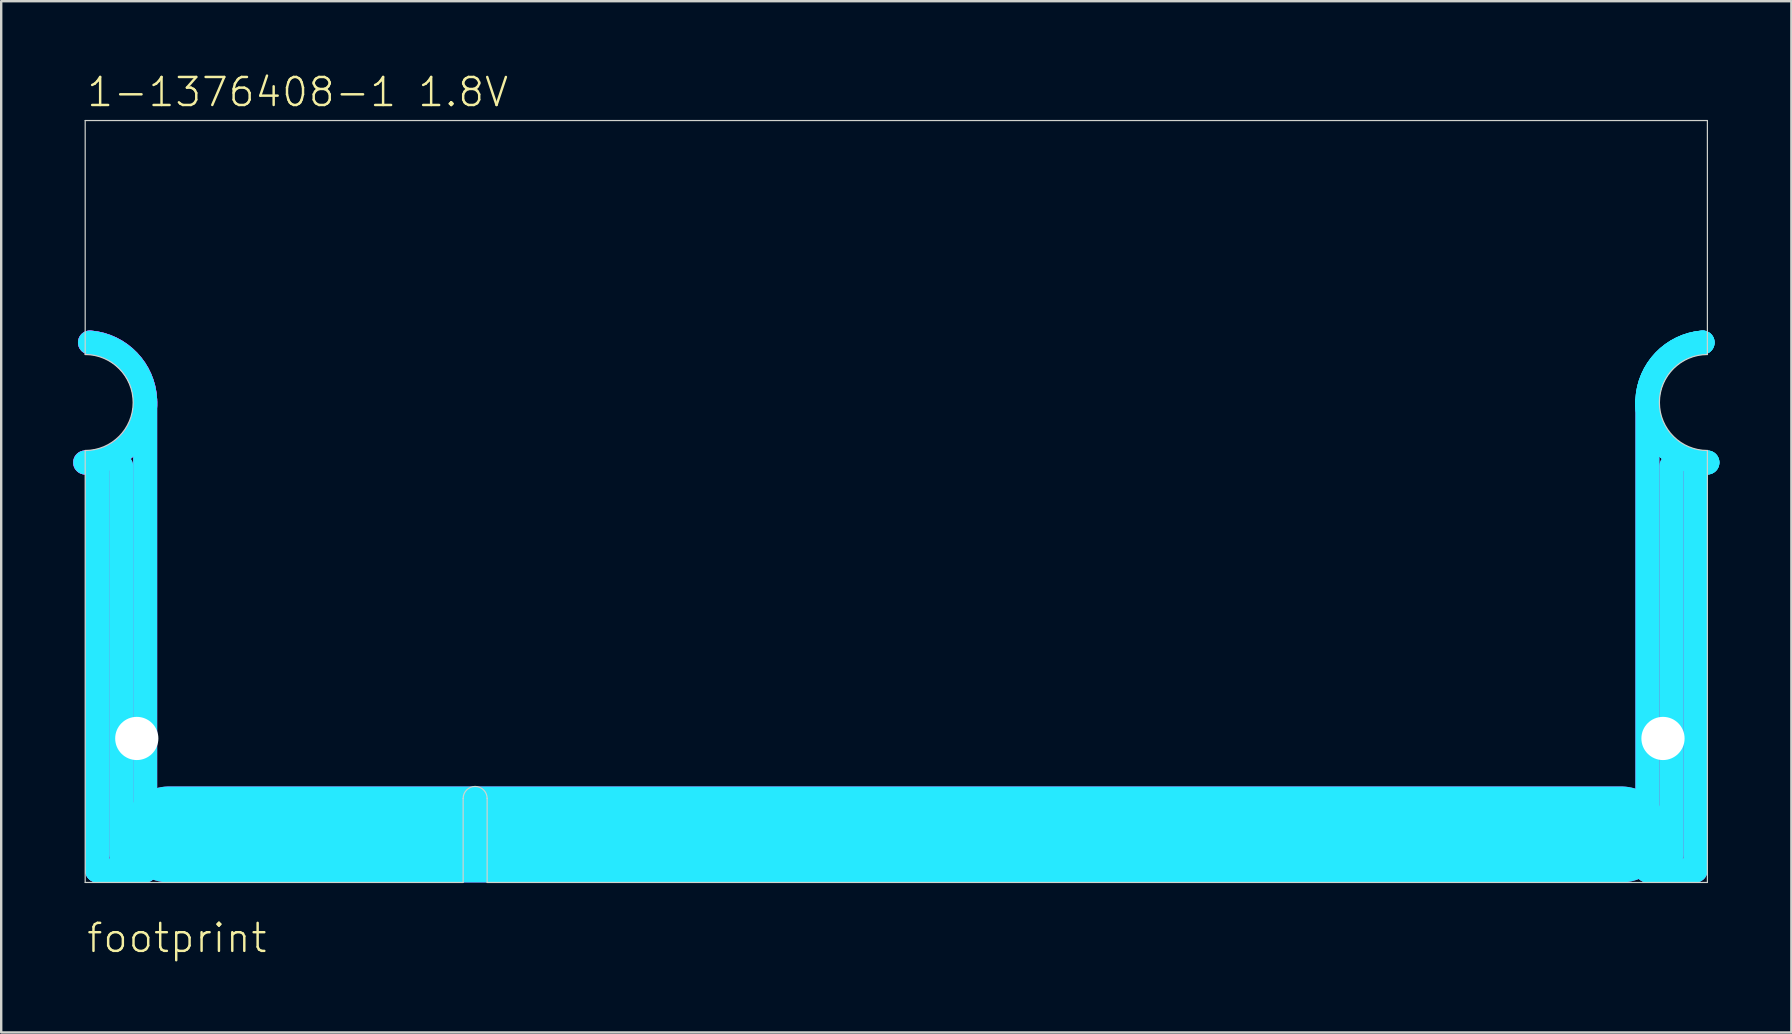
<source format=kicad_pcb>
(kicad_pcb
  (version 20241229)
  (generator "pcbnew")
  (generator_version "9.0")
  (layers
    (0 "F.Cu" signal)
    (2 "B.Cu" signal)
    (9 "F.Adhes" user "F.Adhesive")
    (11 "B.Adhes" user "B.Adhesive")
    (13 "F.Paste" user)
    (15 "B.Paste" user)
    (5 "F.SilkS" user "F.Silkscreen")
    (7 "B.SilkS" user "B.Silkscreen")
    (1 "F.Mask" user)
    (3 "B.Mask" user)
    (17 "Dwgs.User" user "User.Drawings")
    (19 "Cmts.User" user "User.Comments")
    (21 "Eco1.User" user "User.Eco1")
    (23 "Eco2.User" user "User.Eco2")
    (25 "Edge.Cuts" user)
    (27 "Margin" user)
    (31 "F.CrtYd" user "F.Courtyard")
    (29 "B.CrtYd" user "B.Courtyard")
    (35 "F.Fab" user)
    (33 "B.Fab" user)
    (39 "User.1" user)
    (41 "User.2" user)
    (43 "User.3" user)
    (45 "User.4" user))
  (footprint "footprint"
    (layer "F.Cu")
    (at 0.5 33.723)
    (property "Reference" "footprint" (at 0 3 0) (layer "F.SilkS") (effects (font (size 1.168 1.168) (thickness 0.102)) (justify left bottom)))
    (fp_line (start 1.5 1.25) (end 66.75 1.25) (stroke (width 0.4) (type solid)) (layer "F.Mask"))
    (fp_line (start 2.15 -2.35) (end 2.15 1.15) (stroke (width 0.45) (type solid)) (layer "F.Mask"))
    (fp_line (start 2.75 -2.35) (end 2.75 1.15) (stroke (width 0.45) (type solid)) (layer "F.Mask"))
    (fp_line (start 3.35 -2.35) (end 3.35 1.15) (stroke (width 0.45) (type solid)) (layer "F.Mask"))
    (fp_line (start 3.95 -2.35) (end 3.95 1.15) (stroke (width 0.45) (type solid)) (layer "F.Mask"))
    (fp_line (start 4.55 -2.35) (end 4.55 1.15) (stroke (width 0.45) (type solid)) (layer "F.Mask"))
    (fp_line (start 5.15 -2.35) (end 5.15 1.15) (stroke (width 0.45) (type solid)) (layer "F.Mask"))
    (fp_line (start 5.75 -2.35) (end 5.75 1.15) (stroke (width 0.45) (type solid)) (layer "F.Mask"))
    (fp_line (start 6.35 -2.35) (end 6.35 1.15) (stroke (width 0.45) (type solid)) (layer "F.Mask"))
    (fp_line (start 6.95 -2.35) (end 6.95 1.15) (stroke (width 0.45) (type solid)) (layer "F.Mask"))
    (fp_line (start 7.55 -2.35) (end 7.55 1.15) (stroke (width 0.45) (type solid)) (layer "F.Mask"))
    (fp_line (start 8.15 -2.35) (end 8.15 1.15) (stroke (width 0.45) (type solid)) (layer "F.Mask"))
    (fp_line (start 8.75 -2.35) (end 8.75 1.15) (stroke (width 0.45) (type solid)) (layer "F.Mask"))
    (fp_line (start 9.35 -2.35) (end 9.35 1.15) (stroke (width 0.45) (type solid)) (layer "F.Mask"))
    (fp_line (start 9.95 -2.35) (end 9.95 1.15) (stroke (width 0.45) (type solid)) (layer "F.Mask"))
    (fp_line (start 10.55 -2.35) (end 10.55 1.15) (stroke (width 0.45) (type solid)) (layer "F.Mask"))
    (fp_line (start 11.15 -2.35) (end 11.15 1.15) (stroke (width 0.45) (type solid)) (layer "F.Mask"))
    (fp_line (start 11.75 -2.35) (end 11.75 1.15) (stroke (width 0.45) (type solid)) (layer "F.Mask"))
    (fp_line (start 12.35 -2.35) (end 12.35 1.15) (stroke (width 0.45) (type solid)) (layer "F.Mask"))
    (fp_line (start 12.95 -2.35) (end 12.95 1.15) (stroke (width 0.45) (type solid)) (layer "F.Mask"))
    (fp_line (start 13.55 -2.35) (end 13.55 1.15) (stroke (width 0.45) (type solid)) (layer "F.Mask"))
    (fp_line (start 17.75 -2.35) (end 17.75 1.15) (stroke (width 0.45) (type solid)) (layer "F.Mask"))
    (fp_line (start 18.35 -2.35) (end 18.35 1.15) (stroke (width 0.45) (type solid)) (layer "F.Mask"))
    (fp_line (start 18.95 -2.35) (end 18.95 1.15) (stroke (width 0.45) (type solid)) (layer "F.Mask"))
    (fp_line (start 19.55 -2.35) (end 19.55 1.15) (stroke (width 0.45) (type solid)) (layer "F.Mask"))
    (fp_line (start 20.15 -2.35) (end 20.15 1.15) (stroke (width 0.45) (type solid)) (layer "F.Mask"))
    (fp_line (start 20.75 -2.35) (end 20.75 1.15) (stroke (width 0.45) (type solid)) (layer "F.Mask"))
    (fp_line (start 21.35 -2.35) (end 21.35 1.15) (stroke (width 0.45) (type solid)) (layer "F.Mask"))
    (fp_line (start 21.95 -2.35) (end 21.95 1.15) (stroke (width 0.45) (type solid)) (layer "F.Mask"))
    (fp_line (start 22.55 -2.35) (end 22.55 1.15) (stroke (width 0.45) (type solid)) (layer "F.Mask"))
    (fp_line (start 23.15 -2.35) (end 23.15 1.15) (stroke (width 0.45) (type solid)) (layer "F.Mask"))
    (fp_line (start 23.75 -2.35) (end 23.75 1.15) (stroke (width 0.45) (type solid)) (layer "F.Mask"))
    (fp_line (start 24.35 -2.35) (end 24.35 1.15) (stroke (width 0.45) (type solid)) (layer "F.Mask"))
    (fp_line (start 24.95 -2.35) (end 24.95 1.15) (stroke (width 0.45) (type solid)) (layer "F.Mask"))
    (fp_line (start 25.55 -2.35) (end 25.55 1.15) (stroke (width 0.45) (type solid)) (layer "F.Mask"))
    (fp_line (start 26.15 -2.35) (end 26.15 1.15) (stroke (width 0.45) (type solid)) (layer "F.Mask"))
    (fp_line (start 26.75 -2.35) (end 26.75 1.15) (stroke (width 0.45) (type solid)) (layer "F.Mask"))
    (fp_line (start 27.35 -2.35) (end 27.35 1.15) (stroke (width 0.45) (type solid)) (layer "F.Mask"))
    (fp_line (start 27.95 -2.35) (end 27.95 1.15) (stroke (width 0.45) (type solid)) (layer "F.Mask"))
    (fp_line (start 28.55 -2.35) (end 28.55 1.15) (stroke (width 0.45) (type solid)) (layer "F.Mask"))
    (fp_line (start 29.15 -2.35) (end 29.15 1.15) (stroke (width 0.45) (type solid)) (layer "F.Mask"))
    (fp_line (start 29.75 -2.35) (end 29.75 1.15) (stroke (width 0.45) (type solid)) (layer "F.Mask"))
    (fp_line (start 30.35 -2.35) (end 30.35 1.15) (stroke (width 0.45) (type solid)) (layer "F.Mask"))
    (fp_line (start 30.95 -2.35) (end 30.95 1.15) (stroke (width 0.45) (type solid)) (layer "F.Mask"))
    (fp_line (start 31.55 -2.35) (end 31.55 1.15) (stroke (width 0.45) (type solid)) (layer "F.Mask"))
    (fp_line (start 32.15 -2.35) (end 32.15 1.15) (stroke (width 0.45) (type solid)) (layer "F.Mask"))
    (fp_line (start 32.75 -2.35) (end 32.75 1.15) (stroke (width 0.45) (type solid)) (layer "F.Mask"))
    (fp_line (start 33.35 -2.35) (end 33.35 1.15) (stroke (width 0.45) (type solid)) (layer "F.Mask"))
    (fp_line (start 33.95 -2.35) (end 33.95 1.15) (stroke (width 0.45) (type solid)) (layer "F.Mask"))
    (fp_line (start 34.55 -2.35) (end 34.55 1.15) (stroke (width 0.45) (type solid)) (layer "F.Mask"))
    (fp_line (start 35.15 -2.35) (end 35.15 1.15) (stroke (width 0.45) (type solid)) (layer "F.Mask"))
    (fp_line (start 35.75 -2.35) (end 35.75 1.15) (stroke (width 0.45) (type solid)) (layer "F.Mask"))
    (fp_line (start 36.35 -2.35) (end 36.35 1.15) (stroke (width 0.45) (type solid)) (layer "F.Mask"))
    (fp_line (start 36.95 -2.35) (end 36.95 1.15) (stroke (width 0.45) (type solid)) (layer "F.Mask"))
    (fp_line (start 37.55 -2.35) (end 37.55 1.15) (stroke (width 0.45) (type solid)) (layer "F.Mask"))
    (fp_line (start 38.15 -2.35) (end 38.15 1.15) (stroke (width 0.45) (type solid)) (layer "F.Mask"))
    (fp_line (start 38.75 -2.35) (end 38.75 1.15) (stroke (width 0.45) (type solid)) (layer "F.Mask"))
    (fp_line (start 39.35 -2.35) (end 39.35 1.15) (stroke (width 0.45) (type solid)) (layer "F.Mask"))
    (fp_line (start 39.95 -2.35) (end 39.95 1.15) (stroke (width 0.45) (type solid)) (layer "F.Mask"))
    (fp_line (start 40.55 -2.35) (end 40.55 1.15) (stroke (width 0.45) (type solid)) (layer "F.Mask"))
    (fp_line (start 41.15 -2.35) (end 41.15 1.15) (stroke (width 0.45) (type solid)) (layer "F.Mask"))
    (fp_line (start 41.75 -2.35) (end 41.75 1.15) (stroke (width 0.45) (type solid)) (layer "F.Mask"))
    (fp_line (start 42.35 -2.35) (end 42.35 1.15) (stroke (width 0.45) (type solid)) (layer "F.Mask"))
    (fp_line (start 42.95 -2.35) (end 42.95 1.15) (stroke (width 0.45) (type solid)) (layer "F.Mask"))
    (fp_line (start 43.55 -2.35) (end 43.55 1.15) (stroke (width 0.45) (type solid)) (layer "F.Mask"))
    (fp_line (start 44.15 -2.35) (end 44.15 1.15) (stroke (width 0.45) (type solid)) (layer "F.Mask"))
    (fp_line (start 44.75 -2.35) (end 44.75 1.15) (stroke (width 0.45) (type solid)) (layer "F.Mask"))
    (fp_line (start 45.35 -2.35) (end 45.35 1.15) (stroke (width 0.45) (type solid)) (layer "F.Mask"))
    (fp_line (start 45.95 -2.35) (end 45.95 1.15) (stroke (width 0.45) (type solid)) (layer "F.Mask"))
    (fp_line (start 46.55 -2.35) (end 46.55 1.15) (stroke (width 0.45) (type solid)) (layer "F.Mask"))
    (fp_line (start 47.15 -2.35) (end 47.15 1.15) (stroke (width 0.45) (type solid)) (layer "F.Mask"))
    (fp_line (start 47.75 -2.35) (end 47.75 1.15) (stroke (width 0.45) (type solid)) (layer "F.Mask"))
    (fp_line (start 48.35 -2.35) (end 48.35 1.15) (stroke (width 0.45) (type solid)) (layer "F.Mask"))
    (fp_line (start 48.95 -2.35) (end 48.95 1.15) (stroke (width 0.45) (type solid)) (layer "F.Mask"))
    (fp_line (start 49.55 -2.35) (end 49.55 1.15) (stroke (width 0.45) (type solid)) (layer "F.Mask"))
    (fp_line (start 50.15 -2.35) (end 50.15 1.15) (stroke (width 0.45) (type solid)) (layer "F.Mask"))
    (fp_line (start 50.75 -2.35) (end 50.75 1.15) (stroke (width 0.45) (type solid)) (layer "F.Mask"))
    (fp_line (start 51.35 -2.35) (end 51.35 1.15) (stroke (width 0.45) (type solid)) (layer "F.Mask"))
    (fp_line (start 51.95 -2.35) (end 51.95 1.15) (stroke (width 0.45) (type solid)) (layer "F.Mask"))
    (fp_line (start 52.55 -2.35) (end 52.55 1.15) (stroke (width 0.45) (type solid)) (layer "F.Mask"))
    (fp_line (start 53.15 -2.35) (end 53.15 1.15) (stroke (width 0.45) (type solid)) (layer "F.Mask"))
    (fp_line (start 53.75 -2.35) (end 53.75 1.15) (stroke (width 0.45) (type solid)) (layer "F.Mask"))
    (fp_line (start 54.35 -2.35) (end 54.35 1.15) (stroke (width 0.45) (type solid)) (layer "F.Mask"))
    (fp_line (start 54.95 -2.35) (end 54.95 1.15) (stroke (width 0.45) (type solid)) (layer "F.Mask"))
    (fp_line (start 55.55 -2.35) (end 55.55 1.15) (stroke (width 0.45) (type solid)) (layer "F.Mask"))
    (fp_line (start 56.15 -2.35) (end 56.15 1.15) (stroke (width 0.45) (type solid)) (layer "F.Mask"))
    (fp_line (start 56.75 -2.35) (end 56.75 1.15) (stroke (width 0.45) (type solid)) (layer "F.Mask"))
    (fp_line (start 57.35 -2.35) (end 57.35 1.15) (stroke (width 0.45) (type solid)) (layer "F.Mask"))
    (fp_line (start 57.95 -2.35) (end 57.95 1.15) (stroke (width 0.45) (type solid)) (layer "F.Mask"))
    (fp_line (start 58.55 -2.35) (end 58.55 1.15) (stroke (width 0.45) (type solid)) (layer "F.Mask"))
    (fp_line (start 59.15 -2.35) (end 59.15 1.15) (stroke (width 0.45) (type solid)) (layer "F.Mask"))
    (fp_line (start 59.75 -2.35) (end 59.75 1.15) (stroke (width 0.45) (type solid)) (layer "F.Mask"))
    (fp_line (start 60.35 -2.35) (end 60.35 1.15) (stroke (width 0.45) (type solid)) (layer "F.Mask"))
    (fp_line (start 60.95 -2.35) (end 60.95 1.15) (stroke (width 0.45) (type solid)) (layer "F.Mask"))
    (fp_line (start 61.55 -2.35) (end 61.55 1.15) (stroke (width 0.45) (type solid)) (layer "F.Mask"))
    (fp_line (start 62.15 -2.35) (end 62.15 1.15) (stroke (width 0.45) (type solid)) (layer "F.Mask"))
    (fp_line (start 62.75 -2.35) (end 62.75 1.15) (stroke (width 0.45) (type solid)) (layer "F.Mask"))
    (fp_line (start 63.35 -2.35) (end 63.35 1.15) (stroke (width 0.45) (type solid)) (layer "F.Mask"))
    (fp_line (start 63.95 -2.35) (end 63.95 1.15) (stroke (width 0.45) (type solid)) (layer "F.Mask"))
    (fp_line (start 64.55 -2.35) (end 64.55 1.15) (stroke (width 0.45) (type solid)) (layer "F.Mask"))
    (fp_line (start 65.15 -2.35) (end 65.15 1.15) (stroke (width 0.45) (type solid)) (layer "F.Mask"))
    (fp_line (start 2.15 1.15) (end 2.15 -2.35) (stroke (width 0.45) (type solid)) (layer "B.Mask"))
    (fp_line (start 2.75 1.15) (end 2.75 -2.35) (stroke (width 0.45) (type solid)) (layer "B.Mask"))
    (fp_line (start 3.35 1.15) (end 3.35 -2.35) (stroke (width 0.45) (type solid)) (layer "B.Mask"))
    (fp_line (start 3.95 1.15) (end 3.95 -2.35) (stroke (width 0.45) (type solid)) (layer "B.Mask"))
    (fp_line (start 4.55 1.15) (end 4.55 -2.35) (stroke (width 0.45) (type solid)) (layer "B.Mask"))
    (fp_line (start 5.15 1.15) (end 5.15 -2.35) (stroke (width 0.45) (type solid)) (layer "B.Mask"))
    (fp_line (start 5.75 1.15) (end 5.75 -2.35) (stroke (width 0.45) (type solid)) (layer "B.Mask"))
    (fp_line (start 6.35 1.15) (end 6.35 -2.35) (stroke (width 0.45) (type solid)) (layer "B.Mask"))
    (fp_line (start 6.95 1.15) (end 6.95 -2.35) (stroke (width 0.45) (type solid)) (layer "B.Mask"))
    (fp_line (start 7.55 1.15) (end 7.55 -2.35) (stroke (width 0.45) (type solid)) (layer "B.Mask"))
    (fp_line (start 8.15 1.15) (end 8.15 -2.35) (stroke (width 0.45) (type solid)) (layer "B.Mask"))
    (fp_line (start 8.75 1.15) (end 8.75 -2.35) (stroke (width 0.45) (type solid)) (layer "B.Mask"))
    (fp_line (start 9.35 1.15) (end 9.35 -2.35) (stroke (width 0.45) (type solid)) (layer "B.Mask"))
    (fp_line (start 9.95 1.15) (end 9.95 -2.35) (stroke (width 0.45) (type solid)) (layer "B.Mask"))
    (fp_line (start 10.55 1.15) (end 10.55 -2.35) (stroke (width 0.45) (type solid)) (layer "B.Mask"))
    (fp_line (start 11.15 1.15) (end 11.15 -2.35) (stroke (width 0.45) (type solid)) (layer "B.Mask"))
    (fp_line (start 11.75 1.15) (end 11.75 -2.35) (stroke (width 0.45) (type solid)) (layer "B.Mask"))
    (fp_line (start 12.35 1.15) (end 12.35 -2.35) (stroke (width 0.45) (type solid)) (layer "B.Mask"))
    (fp_line (start 12.95 1.15) (end 12.95 -2.35) (stroke (width 0.45) (type solid)) (layer "B.Mask"))
    (fp_line (start 13.55 1.15) (end 13.55 -2.35) (stroke (width 0.45) (type solid)) (layer "B.Mask"))
    (fp_line (start 17.75 1.15) (end 17.75 -2.35) (stroke (width 0.45) (type solid)) (layer "B.Mask"))
    (fp_line (start 18.35 1.15) (end 18.35 -2.35) (stroke (width 0.45) (type solid)) (layer "B.Mask"))
    (fp_line (start 18.95 1.15) (end 18.95 -2.35) (stroke (width 0.45) (type solid)) (layer "B.Mask"))
    (fp_line (start 19.55 1.15) (end 19.55 -2.35) (stroke (width 0.45) (type solid)) (layer "B.Mask"))
    (fp_line (start 20.15 1.15) (end 20.15 -2.35) (stroke (width 0.45) (type solid)) (layer "B.Mask"))
    (fp_line (start 20.75 1.15) (end 20.75 -2.35) (stroke (width 0.45) (type solid)) (layer "B.Mask"))
    (fp_line (start 21.35 1.15) (end 21.35 -2.35) (stroke (width 0.45) (type solid)) (layer "B.Mask"))
    (fp_line (start 21.95 1.15) (end 21.95 -2.35) (stroke (width 0.45) (type solid)) (layer "B.Mask"))
    (fp_line (start 22.55 1.15) (end 22.55 -2.35) (stroke (width 0.45) (type solid)) (layer "B.Mask"))
    (fp_line (start 23.15 1.15) (end 23.15 -2.35) (stroke (width 0.45) (type solid)) (layer "B.Mask"))
    (fp_line (start 23.75 1.15) (end 23.75 -2.35) (stroke (width 0.45) (type solid)) (layer "B.Mask"))
    (fp_line (start 24.35 1.15) (end 24.35 -2.35) (stroke (width 0.45) (type solid)) (layer "B.Mask"))
    (fp_line (start 24.95 1.15) (end 24.95 -2.35) (stroke (width 0.45) (type solid)) (layer "B.Mask"))
    (fp_line (start 25.55 1.15) (end 25.55 -2.35) (stroke (width 0.45) (type solid)) (layer "B.Mask"))
    (fp_line (start 26.15 1.15) (end 26.15 -2.35) (stroke (width 0.45) (type solid)) (layer "B.Mask"))
    (fp_line (start 26.75 1.15) (end 26.75 -2.35) (stroke (width 0.45) (type solid)) (layer "B.Mask"))
    (fp_line (start 27.35 1.15) (end 27.35 -2.35) (stroke (width 0.45) (type solid)) (layer "B.Mask"))
    (fp_line (start 27.95 1.15) (end 27.95 -2.35) (stroke (width 0.45) (type solid)) (layer "B.Mask"))
    (fp_line (start 28.55 1.15) (end 28.55 -2.35) (stroke (width 0.45) (type solid)) (layer "B.Mask"))
    (fp_line (start 29.15 1.15) (end 29.15 -2.35) (stroke (width 0.45) (type solid)) (layer "B.Mask"))
    (fp_line (start 29.75 1.15) (end 29.75 -2.35) (stroke (width 0.45) (type solid)) (layer "B.Mask"))
    (fp_line (start 30.35 1.15) (end 30.35 -2.35) (stroke (width 0.45) (type solid)) (layer "B.Mask"))
    (fp_line (start 30.95 1.15) (end 30.95 -2.35) (stroke (width 0.45) (type solid)) (layer "B.Mask"))
    (fp_line (start 31.55 1.15) (end 31.55 -2.35) (stroke (width 0.45) (type solid)) (layer "B.Mask"))
    (fp_line (start 32.15 1.15) (end 32.15 -2.35) (stroke (width 0.45) (type solid)) (layer "B.Mask"))
    (fp_line (start 32.75 1.15) (end 32.75 -2.35) (stroke (width 0.45) (type solid)) (layer "B.Mask"))
    (fp_line (start 33.35 1.15) (end 33.35 -2.35) (stroke (width 0.45) (type solid)) (layer "B.Mask"))
    (fp_line (start 33.95 1.15) (end 33.95 -2.35) (stroke (width 0.45) (type solid)) (layer "B.Mask"))
    (fp_line (start 34.55 1.15) (end 34.55 -2.35) (stroke (width 0.45) (type solid)) (layer "B.Mask"))
    (fp_line (start 35.15 1.15) (end 35.15 -2.35) (stroke (width 0.45) (type solid)) (layer "B.Mask"))
    (fp_line (start 35.75 1.15) (end 35.75 -2.35) (stroke (width 0.45) (type solid)) (layer "B.Mask"))
    (fp_line (start 36.35 1.15) (end 36.35 -2.35) (stroke (width 0.45) (type solid)) (layer "B.Mask"))
    (fp_line (start 36.95 1.15) (end 36.95 -2.35) (stroke (width 0.45) (type solid)) (layer "B.Mask"))
    (fp_line (start 37.55 1.15) (end 37.55 -2.35) (stroke (width 0.45) (type solid)) (layer "B.Mask"))
    (fp_line (start 38.15 1.15) (end 38.15 -2.35) (stroke (width 0.45) (type solid)) (layer "B.Mask"))
    (fp_line (start 38.75 1.15) (end 38.75 -2.35) (stroke (width 0.45) (type solid)) (layer "B.Mask"))
    (fp_line (start 39.35 1.15) (end 39.35 -2.35) (stroke (width 0.45) (type solid)) (layer "B.Mask"))
    (fp_line (start 39.95 1.15) (end 39.95 -2.35) (stroke (width 0.45) (type solid)) (layer "B.Mask"))
    (fp_line (start 40.55 1.15) (end 40.55 -2.35) (stroke (width 0.45) (type solid)) (layer "B.Mask"))
    (fp_line (start 41.15 1.15) (end 41.15 -2.35) (stroke (width 0.45) (type solid)) (layer "B.Mask"))
    (fp_line (start 41.75 1.15) (end 41.75 -2.35) (stroke (width 0.45) (type solid)) (layer "B.Mask"))
    (fp_line (start 42.35 1.15) (end 42.35 -2.35) (stroke (width 0.45) (type solid)) (layer "B.Mask"))
    (fp_line (start 42.95 1.15) (end 42.95 -2.35) (stroke (width 0.45) (type solid)) (layer "B.Mask"))
    (fp_line (start 43.55 1.15) (end 43.55 -2.35) (stroke (width 0.45) (type solid)) (layer "B.Mask"))
    (fp_line (start 44.15 1.15) (end 44.15 -2.35) (stroke (width 0.45) (type solid)) (layer "B.Mask"))
    (fp_line (start 44.75 1.15) (end 44.75 -2.35) (stroke (width 0.45) (type solid)) (layer "B.Mask"))
    (fp_line (start 45.35 1.15) (end 45.35 -2.35) (stroke (width 0.45) (type solid)) (layer "B.Mask"))
    (fp_line (start 45.95 1.15) (end 45.95 -2.35) (stroke (width 0.45) (type solid)) (layer "B.Mask"))
    (fp_line (start 46.55 1.15) (end 46.55 -2.35) (stroke (width 0.45) (type solid)) (layer "B.Mask"))
    (fp_line (start 47.15 1.15) (end 47.15 -2.35) (stroke (width 0.45) (type solid)) (layer "B.Mask"))
    (fp_line (start 47.75 1.15) (end 47.75 -2.35) (stroke (width 0.45) (type solid)) (layer "B.Mask"))
    (fp_line (start 48.35 1.15) (end 48.35 -2.35) (stroke (width 0.45) (type solid)) (layer "B.Mask"))
    (fp_line (start 48.95 1.15) (end 48.95 -2.35) (stroke (width 0.45) (type solid)) (layer "B.Mask"))
    (fp_line (start 49.55 1.15) (end 49.55 -2.35) (stroke (width 0.45) (type solid)) (layer "B.Mask"))
    (fp_line (start 50.15 1.15) (end 50.15 -2.35) (stroke (width 0.45) (type solid)) (layer "B.Mask"))
    (fp_line (start 50.75 1.15) (end 50.75 -2.35) (stroke (width 0.45) (type solid)) (layer "B.Mask"))
    (fp_line (start 51.35 1.15) (end 51.35 -2.35) (stroke (width 0.45) (type solid)) (layer "B.Mask"))
    (fp_line (start 51.95 1.15) (end 51.95 -2.35) (stroke (width 0.45) (type solid)) (layer "B.Mask"))
    (fp_line (start 52.55 1.15) (end 52.55 -2.35) (stroke (width 0.45) (type solid)) (layer "B.Mask"))
    (fp_line (start 53.15 1.15) (end 53.15 -2.35) (stroke (width 0.45) (type solid)) (layer "B.Mask"))
    (fp_line (start 53.75 1.15) (end 53.75 -2.35) (stroke (width 0.45) (type solid)) (layer "B.Mask"))
    (fp_line (start 54.35 1.15) (end 54.35 -2.35) (stroke (width 0.45) (type solid)) (layer "B.Mask"))
    (fp_line (start 54.95 1.15) (end 54.95 -2.35) (stroke (width 0.45) (type solid)) (layer "B.Mask"))
    (fp_line (start 55.55 1.15) (end 55.55 -2.35) (stroke (width 0.45) (type solid)) (layer "B.Mask"))
    (fp_line (start 56.15 1.15) (end 56.15 -2.35) (stroke (width 0.45) (type solid)) (layer "B.Mask"))
    (fp_line (start 56.75 1.15) (end 56.75 -2.35) (stroke (width 0.45) (type solid)) (layer "B.Mask"))
    (fp_line (start 57.35 1.15) (end 57.35 -2.35) (stroke (width 0.45) (type solid)) (layer "B.Mask"))
    (fp_line (start 57.95 1.15) (end 57.95 -2.35) (stroke (width 0.45) (type solid)) (layer "B.Mask"))
    (fp_line (start 58.55 1.15) (end 58.55 -2.35) (stroke (width 0.45) (type solid)) (layer "B.Mask"))
    (fp_line (start 59.15 1.15) (end 59.15 -2.35) (stroke (width 0.45) (type solid)) (layer "B.Mask"))
    (fp_line (start 59.75 1.15) (end 59.75 -2.35) (stroke (width 0.45) (type solid)) (layer "B.Mask"))
    (fp_line (start 60.35 1.15) (end 60.35 -2.35) (stroke (width 0.45) (type solid)) (layer "B.Mask"))
    (fp_line (start 60.95 1.15) (end 60.95 -2.35) (stroke (width 0.45) (type solid)) (layer "B.Mask"))
    (fp_line (start 61.55 1.15) (end 61.55 -2.35) (stroke (width 0.45) (type solid)) (layer "B.Mask"))
    (fp_line (start 62.15 1.15) (end 62.15 -2.35) (stroke (width 0.45) (type solid)) (layer "B.Mask"))
    (fp_line (start 62.75 1.15) (end 62.75 -2.35) (stroke (width 0.45) (type solid)) (layer "B.Mask"))
    (fp_line (start 63.35 1.15) (end 63.35 -2.35) (stroke (width 0.45) (type solid)) (layer "B.Mask"))
    (fp_line (start 63.95 1.15) (end 63.95 -2.35) (stroke (width 0.45) (type solid)) (layer "B.Mask"))
    (fp_line (start 64.55 1.15) (end 64.55 -2.35) (stroke (width 0.45) (type solid)) (layer "B.Mask"))
    (fp_line (start 65.15 1.15) (end 65.15 -2.35) (stroke (width 0.45) (type solid)) (layer "B.Mask"))
    (fp_line (start 66.75 1.25) (end 1.5 1.25) (stroke (width 0.4) (type solid)) (layer "B.Mask"))
    (fp_line (start 0 -31.75) (end 0 -22) (stroke (width 0.05) (type solid)) (layer "Edge.Cuts"))
    (fp_line (start 0 -31.75) (end 67.6 -31.75) (stroke (width 0.05) (type solid)) (layer "Edge.Cuts"))
    (fp_line (start 0 -18) (end 0 0) (stroke (width 0.05) (type solid)) (layer "Edge.Cuts"))
    (fp_line (start 15.75 0) (end 0 0) (stroke (width 0.05) (type solid)) (layer "Edge.Cuts"))
    (fp_line (start 15.75 0) (end 15.75 -3.5) (stroke (width 0.05) (type solid)) (layer "Edge.Cuts"))
    (fp_line (start 16.75 0) (end 16.75 -3.5) (stroke (width 0.05) (type solid)) (layer "Edge.Cuts"))
    (fp_line (start 16.75 0) (end 67.6 0) (stroke (width 0.05) (type solid)) (layer "Edge.Cuts"))
    (fp_line (start 67.6 -22) (end 67.6 -31.75) (stroke (width 0.05) (type solid)) (layer "Edge.Cuts"))
    (fp_line (start 67.6 0) (end 67.6 -18) (stroke (width 0.05) (type solid)) (layer "Edge.Cuts"))
    (fp_arc (start 0 -22) (mid 2 -20) (end 0 -18) (stroke (width 0.05) (type solid)) (layer "Edge.Cuts"))
    (fp_arc (start 15.75 -3.5) (mid 16.25 -4) (end 16.75 -3.5) (stroke (width 0.05) (type solid)) (layer "Edge.Cuts"))
    (fp_arc (start 67.6 -18) (mid 65.6 -20) (end 67.6 -22) (stroke (width 0.05) (type solid)) (layer "Edge.Cuts"))
    (fp_line (start 0.5 -0.5) (end 0.5 -17.55) (stroke (width 1) (type solid)) (layer "B.CrtYd"))
    (fp_line (start 1.5 -17.35) (end 1.5 -1.15) (stroke (width 1) (type solid)) (layer "B.CrtYd"))
    (fp_line (start 2.5 -20) (end 2.5 -0.5) (stroke (width 1) (type solid)) (layer "B.CrtYd"))
    (fp_line (start 2.5 -0.5) (end 0.5 -0.5) (stroke (width 1) (type solid)) (layer "B.CrtYd"))
    (fp_line (start 64 -2) (end 3.5 -2) (stroke (width 4) (type solid)) (layer "B.CrtYd"))
    (fp_line (start 65.1 -20) (end 65.1 -0.5) (stroke (width 1) (type solid)) (layer "B.CrtYd"))
    (fp_line (start 65.1 -0.5) (end 67.1 -0.5) (stroke (width 1) (type solid)) (layer "B.CrtYd"))
    (fp_line (start 66.1 -17.35) (end 66.1 -1.15) (stroke (width 1) (type solid)) (layer "B.CrtYd"))
    (fp_line (start 67.1 -0.5) (end 67.1 -17.55) (stroke (width 1) (type solid)) (layer "B.CrtYd"))
    (fp_arc (start 0.2 -22.5) (mid 1.802154 -21.733314) (end 2.5 -20.1) (stroke (width 1) (type solid)) (layer "B.CrtYd"))
    (fp_arc (start 2.499999 -19.999999) (mid 1.779499 -18.2205) (end 0 -17.5) (stroke (width 1) (type solid)) (layer "B.CrtYd"))
    (fp_arc (start 65.1 -20.1) (mid 65.797846 -21.733314) (end 67.4 -22.5) (stroke (width 1) (type solid)) (layer "B.CrtYd"))
    (fp_arc (start 65.1 -20.1) (mid 65.797846 -21.733314) (end 67.4 -22.5) (stroke (width 1) (type solid)) (layer "B.CrtYd"))
    (fp_arc (start 65.1 -20.1) (mid 65.797846 -21.733314) (end 67.4 -22.5) (stroke (width 1) (type solid)) (layer "B.CrtYd"))
    (fp_arc (start 67.6 -17.5) (mid 65.820501 -18.220499) (end 65.1 -19.999998) (stroke (width 1) (type solid)) (layer "B.CrtYd"))
    (fp_arc (start 67.6 -17.5) (mid 65.820501 -18.220499) (end 65.1 -19.999998) (stroke (width 1) (type solid)) (layer "B.CrtYd"))
    (fp_arc (start 67.6 -17.5) (mid 65.820501 -18.220499) (end 65.1 -19.999998) (stroke (width 1) (type solid)) (layer "B.CrtYd"))
    (fp_line (start 0.5 -0.5) (end 0.5 -17.55) (stroke (width 1) (type solid)) (layer "F.CrtYd"))
    (fp_line (start 1.5 -17.35) (end 1.5 -1.15) (stroke (width 1) (type solid)) (layer "F.CrtYd"))
    (fp_line (start 2.5 -20) (end 2.5 -0.5) (stroke (width 1) (type solid)) (layer "F.CrtYd"))
    (fp_line (start 2.5 -0.5) (end 0.5 -0.5) (stroke (width 1) (type solid)) (layer "F.CrtYd"))
    (fp_line (start 3.5 -2) (end 64 -2) (stroke (width 4) (type solid)) (layer "F.CrtYd"))
    (fp_line (start 65.1 -20) (end 65.1 -0.5) (stroke (width 1) (type solid)) (layer "F.CrtYd"))
    (fp_line (start 65.1 -0.5) (end 67.1 -0.5) (stroke (width 1) (type solid)) (layer "F.CrtYd"))
    (fp_line (start 66.1 -17.35) (end 66.1 -1.15) (stroke (width 1) (type solid)) (layer "F.CrtYd"))
    (fp_line (start 67.1 -0.5) (end 67.1 -17.55) (stroke (width 1) (type solid)) (layer "F.CrtYd"))
    (fp_arc (start 0.2 -22.5) (mid 1.802154 -21.733314) (end 2.5 -20.1) (stroke (width 1) (type solid)) (layer "F.CrtYd"))
    (fp_arc (start 0.2 -22.5) (mid 1.802154 -21.733314) (end 2.5 -20.1) (stroke (width 1) (type solid)) (layer "F.CrtYd"))
    (fp_arc (start 0.2 -22.5) (mid 1.802154 -21.733314) (end 2.5 -20.1) (stroke (width 1) (type solid)) (layer "F.CrtYd"))
    (fp_arc (start 2.499999 -19.999999) (mid 1.779499 -18.2205) (end 0 -17.5) (stroke (width 1) (type solid)) (layer "F.CrtYd"))
    (fp_arc (start 2.499999 -19.999999) (mid 1.779499 -18.2205) (end 0 -17.5) (stroke (width 1) (type solid)) (layer "F.CrtYd"))
    (fp_arc (start 2.499999 -19.999999) (mid 1.779499 -18.2205) (end 0 -17.5) (stroke (width 1) (type solid)) (layer "F.CrtYd"))
    (fp_arc (start 65.1 -20.1) (mid 65.797846 -21.733314) (end 67.4 -22.5) (stroke (width 1) (type solid)) (layer "F.CrtYd"))
    (fp_arc (start 67.6 -17.5) (mid 65.820501 -18.220499) (end 65.1 -19.999998) (stroke (width 1) (type solid)) (layer "F.CrtYd"))
    (fp_text user "1-1376408-1 1.8V" (at 0 -32.25 0) (layer "F.SilkS") (effects (font (size 1.168 1.168) (thickness 0.102)) (justify left bottom)))
    (pad "" np_thru_hole circle (at 2.15 -6) (size 1.8 1.8) (drill 1.8) (layers "*.Cu" "*.Mask"))
    (pad "" np_thru_hole circle (at 65.75 -6) (size 1.8 1.8) (drill 1.8) (layers "*.Cu" "*.Mask"))
    (pad "1" smd rect (at 2.15 -1.4) (size 0.45 2.3) (layers "F.Cu" "F.Mask" "F.Paste"))
    (pad "2" smd rect (at 2.15 -1.4 180) (size 0.45 2.3) (layers "B.Cu" "B.Mask" "B.Paste"))
    (pad "3" smd rect (at 2.75 -1.4) (size 0.45 2.3) (layers "F.Cu" "F.Mask" "F.Paste"))
    (pad "4" smd rect (at 2.75 -1.4 180) (size 0.45 2.3) (layers "B.Cu" "B.Mask" "B.Paste"))
    (pad "5" smd rect (at 3.35 -1.4) (size 0.45 2.3) (layers "F.Cu" "F.Mask" "F.Paste"))
    (pad "6" smd rect (at 3.35 -1.4 180) (size 0.45 2.3) (layers "B.Cu" "B.Mask" "B.Paste"))
    (pad "7" smd rect (at 3.95 -1.4) (size 0.45 2.3) (layers "F.Cu" "F.Mask" "F.Paste"))
    (pad "8" smd rect (at 3.95 -1.4 180) (size 0.45 2.3) (layers "B.Cu" "B.Mask" "B.Paste"))
    (pad "9" smd rect (at 4.55 -1.4) (size 0.45 2.3) (layers "F.Cu" "F.Mask" "F.Paste"))
    (pad "10" smd rect (at 4.55 -1.4 180) (size 0.45 2.3) (layers "B.Cu" "B.Mask" "B.Paste"))
    (pad "11" smd rect (at 5.15 -1.4) (size 0.45 2.3) (layers "F.Cu" "F.Mask" "F.Paste"))
    (pad "12" smd rect (at 5.15 -1.4 180) (size 0.45 2.3) (layers "B.Cu" "B.Mask" "B.Paste"))
    (pad "13" smd rect (at 5.75 -1.4) (size 0.45 2.3) (layers "F.Cu" "F.Mask" "F.Paste"))
    (pad "14" smd rect (at 5.75 -1.4 180) (size 0.45 2.3) (layers "B.Cu" "B.Mask" "B.Paste"))
    (pad "15" smd rect (at 6.35 -1.4) (size 0.45 2.3) (layers "F.Cu" "F.Mask" "F.Paste"))
    (pad "16" smd rect (at 6.35 -1.4 180) (size 0.45 2.3) (layers "B.Cu" "B.Mask" "B.Paste"))
    (pad "17" smd rect (at 6.95 -1.4) (size 0.45 2.3) (layers "F.Cu" "F.Mask" "F.Paste"))
    (pad "18" smd rect (at 6.95 -1.4 180) (size 0.45 2.3) (layers "B.Cu" "B.Mask" "B.Paste"))
    (pad "19" smd rect (at 7.55 -1.4) (size 0.45 2.3) (layers "F.Cu" "F.Mask" "F.Paste"))
    (pad "20" smd rect (at 7.55 -1.4 180) (size 0.45 2.3) (layers "B.Cu" "B.Mask" "B.Paste"))
    (pad "21" smd rect (at 8.15 -1.4) (size 0.45 2.3) (layers "F.Cu" "F.Mask" "F.Paste"))
    (pad "22" smd rect (at 8.15 -1.4 180) (size 0.45 2.3) (layers "B.Cu" "B.Mask" "B.Paste"))
    (pad "23" smd rect (at 8.75 -1.4) (size 0.45 2.3) (layers "F.Cu" "F.Mask" "F.Paste"))
    (pad "24" smd rect (at 8.75 -1.4 180) (size 0.45 2.3) (layers "B.Cu" "B.Mask" "B.Paste"))
    (pad "25" smd rect (at 9.35 -1.4) (size 0.45 2.3) (layers "F.Cu" "F.Mask" "F.Paste"))
    (pad "26" smd rect (at 9.35 -1.4 180) (size 0.45 2.3) (layers "B.Cu" "B.Mask" "B.Paste"))
    (pad "27" smd rect (at 9.95 -1.4) (size 0.45 2.3) (layers "F.Cu" "F.Mask" "F.Paste"))
    (pad "28" smd rect (at 9.95 -1.4 180) (size 0.45 2.3) (layers "B.Cu" "B.Mask" "B.Paste"))
    (pad "29" smd rect (at 10.55 -1.4) (size 0.45 2.3) (layers "F.Cu" "F.Mask" "F.Paste"))
    (pad "30" smd rect (at 10.55 -1.4 180) (size 0.45 2.3) (layers "B.Cu" "B.Mask" "B.Paste"))
    (pad "31" smd rect (at 11.15 -1.4) (size 0.45 2.3) (layers "F.Cu" "F.Mask" "F.Paste"))
    (pad "32" smd rect (at 11.15 -1.4 180) (size 0.45 2.3) (layers "B.Cu" "B.Mask" "B.Paste"))
    (pad "33" smd rect (at 11.75 -1.4) (size 0.45 2.3) (layers "F.Cu" "F.Mask" "F.Paste"))
    (pad "34" smd rect (at 11.75 -1.4 180) (size 0.45 2.3) (layers "B.Cu" "B.Mask" "B.Paste"))
    (pad "35" smd rect (at 12.35 -1.4) (size 0.45 2.3) (layers "F.Cu" "F.Mask" "F.Paste"))
    (pad "36" smd rect (at 12.35 -1.4 180) (size 0.45 2.3) (layers "B.Cu" "B.Mask" "B.Paste"))
    (pad "37" smd rect (at 12.95 -1.4) (size 0.45 2.3) (layers "F.Cu" "F.Mask" "F.Paste"))
    (pad "38" smd rect (at 12.95 -1.4 180) (size 0.45 2.3) (layers "B.Cu" "B.Mask" "B.Paste"))
    (pad "39" smd rect (at 13.55 -1.4) (size 0.45 2.3) (layers "F.Cu" "F.Mask" "F.Paste"))
    (pad "40" smd rect (at 13.55 -1.4 180) (size 0.45 2.3) (layers "B.Cu" "B.Mask" "B.Paste"))
    (pad "41" smd rect (at 17.75 -1.4) (size 0.45 2.3) (layers "F.Cu" "F.Mask" "F.Paste"))
    (pad "42" smd rect (at 17.75 -1.4 180) (size 0.45 2.3) (layers "B.Cu" "B.Mask" "B.Paste"))
    (pad "43" smd rect (at 18.35 -1.4) (size 0.45 2.3) (layers "F.Cu" "F.Mask" "F.Paste"))
    (pad "44" smd rect (at 18.35 -1.4 180) (size 0.45 2.3) (layers "B.Cu" "B.Mask" "B.Paste"))
    (pad "45" smd rect (at 18.95 -1.4) (size 0.45 2.3) (layers "F.Cu" "F.Mask" "F.Paste"))
    (pad "46" smd rect (at 18.95 -1.4 180) (size 0.45 2.3) (layers "B.Cu" "B.Mask" "B.Paste"))
    (pad "47" smd rect (at 19.55 -1.4) (size 0.45 2.3) (layers "F.Cu" "F.Mask" "F.Paste"))
    (pad "48" smd rect (at 19.55 -1.4 180) (size 0.45 2.3) (layers "B.Cu" "B.Mask" "B.Paste"))
    (pad "49" smd rect (at 20.15 -1.4) (size 0.45 2.3) (layers "F.Cu" "F.Mask" "F.Paste"))
    (pad "50" smd rect (at 20.15 -1.4 180) (size 0.45 2.3) (layers "B.Cu" "B.Mask" "B.Paste"))
    (pad "51" smd rect (at 20.75 -1.4) (size 0.45 2.3) (layers "F.Cu" "F.Mask" "F.Paste"))
    (pad "52" smd rect (at 20.75 -1.4 180) (size 0.45 2.3) (layers "B.Cu" "B.Mask" "B.Paste"))
    (pad "53" smd rect (at 21.35 -1.4) (size 0.45 2.3) (layers "F.Cu" "F.Mask" "F.Paste"))
    (pad "54" smd rect (at 21.35 -1.4 180) (size 0.45 2.3) (layers "B.Cu" "B.Mask" "B.Paste"))
    (pad "55" smd rect (at 21.95 -1.4) (size 0.45 2.3) (layers "F.Cu" "F.Mask" "F.Paste"))
    (pad "56" smd rect (at 21.95 -1.4 180) (size 0.45 2.3) (layers "B.Cu" "B.Mask" "B.Paste"))
    (pad "57" smd rect (at 22.55 -1.4) (size 0.45 2.3) (layers "F.Cu" "F.Mask" "F.Paste"))
    (pad "58" smd rect (at 22.55 -1.4 180) (size 0.45 2.3) (layers "B.Cu" "B.Mask" "B.Paste"))
    (pad "59" smd rect (at 23.15 -1.4) (size 0.45 2.3) (layers "F.Cu" "F.Mask" "F.Paste"))
    (pad "60" smd rect (at 23.15 -1.4 180) (size 0.45 2.3) (layers "B.Cu" "B.Mask" "B.Paste"))
    (pad "61" smd rect (at 23.75 -1.4) (size 0.45 2.3) (layers "F.Cu" "F.Mask" "F.Paste"))
    (pad "62" smd rect (at 23.75 -1.4) (size 0.45 2.3) (layers "B.Cu" "B.Mask" "B.Paste"))
    (pad "63" smd rect (at 24.35 -1.4) (size 0.45 2.3) (layers "F.Cu" "F.Mask" "F.Paste"))
    (pad "64" smd rect (at 24.35 -1.4 180) (size 0.45 2.3) (layers "B.Cu" "B.Mask" "B.Paste"))
    (pad "65" smd rect (at 24.95 -1.4) (size 0.45 2.3) (layers "F.Cu" "F.Mask" "F.Paste"))
    (pad "66" smd rect (at 24.95 -1.4 180) (size 0.45 2.3) (layers "B.Cu" "B.Mask" "B.Paste"))
    (pad "67" smd rect (at 25.55 -1.4) (size 0.45 2.3) (layers "F.Cu" "F.Mask" "F.Paste"))
    (pad "68" smd rect (at 25.55 -1.4 180) (size 0.45 2.3) (layers "B.Cu" "B.Mask" "B.Paste"))
    (pad "69" smd rect (at 26.15 -1.4) (size 0.45 2.3) (layers "F.Cu" "F.Mask" "F.Paste"))
    (pad "70" smd rect (at 26.15 -1.4 180) (size 0.45 2.3) (layers "B.Cu" "B.Mask" "B.Paste"))
    (pad "71" smd rect (at 26.75 -1.4) (size 0.45 2.3) (layers "F.Cu" "F.Mask" "F.Paste"))
    (pad "72" smd rect (at 26.75 -1.4 180) (size 0.45 2.3) (layers "B.Cu" "B.Mask" "B.Paste"))
    (pad "73" smd rect (at 27.35 -1.4) (size 0.45 2.3) (layers "F.Cu" "F.Mask" "F.Paste"))
    (pad "74" smd rect (at 27.35 -1.4 180) (size 0.45 2.3) (layers "B.Cu" "B.Mask" "B.Paste"))
    (pad "75" smd rect (at 27.95 -1.4) (size 0.45 2.3) (layers "F.Cu" "F.Mask" "F.Paste"))
    (pad "76" smd rect (at 27.95 -1.4 180) (size 0.45 2.3) (layers "B.Cu" "B.Mask" "B.Paste"))
    (pad "77" smd rect (at 28.55 -1.4) (size 0.45 2.3) (layers "F.Cu" "F.Mask" "F.Paste"))
    (pad "78" smd rect (at 28.55 -1.4 180) (size 0.45 2.3) (layers "B.Cu" "B.Mask" "B.Paste"))
    (pad "79" smd rect (at 29.15 -1.4) (size 0.45 2.3) (layers "F.Cu" "F.Mask" "F.Paste"))
    (pad "80" smd rect (at 29.15 -1.4 180) (size 0.45 2.3) (layers "B.Cu" "B.Mask" "B.Paste"))
    (pad "81" smd rect (at 29.75 -1.4) (size 0.45 2.3) (layers "F.Cu" "F.Mask" "F.Paste"))
    (pad "82" smd rect (at 29.75 -1.4 180) (size 0.45 2.3) (layers "B.Cu" "B.Mask" "B.Paste"))
    (pad "83" smd rect (at 30.35 -1.4) (size 0.45 2.3) (layers "F.Cu" "F.Mask" "F.Paste"))
    (pad "84" smd rect (at 30.35 -1.4 180) (size 0.45 2.3) (layers "B.Cu" "B.Mask" "B.Paste"))
    (pad "85" smd rect (at 30.95 -1.4) (size 0.45 2.3) (layers "F.Cu" "F.Mask" "F.Paste"))
    (pad "86" smd rect (at 30.95 -1.4 180) (size 0.45 2.3) (layers "B.Cu" "B.Mask" "B.Paste"))
    (pad "87" smd rect (at 31.55 -1.4) (size 0.45 2.3) (layers "F.Cu" "F.Mask" "F.Paste"))
    (pad "88" smd rect (at 31.55 -1.4 180) (size 0.45 2.3) (layers "B.Cu" "B.Mask" "B.Paste"))
    (pad "89" smd rect (at 32.15 -1.4) (size 0.45 2.3) (layers "F.Cu" "F.Mask" "F.Paste"))
    (pad "90" smd rect (at 32.15 -1.4 180) (size 0.45 2.3) (layers "B.Cu" "B.Mask" "B.Paste"))
    (pad "91" smd rect (at 32.75 -1.4) (size 0.45 2.3) (layers "F.Cu" "F.Mask" "F.Paste"))
    (pad "92" smd rect (at 32.75 -1.4 180) (size 0.45 2.3) (layers "B.Cu" "B.Mask" "B.Paste"))
    (pad "93" smd rect (at 33.35 -1.4) (size 0.45 2.3) (layers "F.Cu" "F.Mask" "F.Paste"))
    (pad "94" smd rect (at 33.35 -1.4 180) (size 0.45 2.3) (layers "B.Cu" "B.Mask" "B.Paste"))
    (pad "95" smd rect (at 33.95 -1.4) (size 0.45 2.3) (layers "F.Cu" "F.Mask" "F.Paste"))
    (pad "96" smd rect (at 33.95 -1.4 180) (size 0.45 2.3) (layers "B.Cu" "B.Mask" "B.Paste"))
    (pad "97" smd rect (at 34.55 -1.4) (size 0.45 2.3) (layers "F.Cu" "F.Mask" "F.Paste"))
    (pad "98" smd rect (at 34.55 -1.4 180) (size 0.45 2.3) (layers "B.Cu" "B.Mask" "B.Paste"))
    (pad "99" smd rect (at 35.15 -1.4) (size 0.45 2.3) (layers "F.Cu" "F.Mask" "F.Paste"))
    (pad "100" smd rect (at 35.15 -1.4 180) (size 0.45 2.3) (layers "B.Cu" "B.Mask" "B.Paste"))
    (pad "101" smd rect (at 35.75 -1.4) (size 0.45 2.3) (layers "F.Cu" "F.Mask" "F.Paste"))
    (pad "102" smd rect (at 35.75 -1.4 180) (size 0.45 2.3) (layers "B.Cu" "B.Mask" "B.Paste"))
    (pad "103" smd rect (at 36.35 -1.4) (size 0.45 2.3) (layers "F.Cu" "F.Mask" "F.Paste"))
    (pad "104" smd rect (at 36.35 -1.4 180) (size 0.45 2.3) (layers "B.Cu" "B.Mask" "B.Paste"))
    (pad "105" smd rect (at 36.95 -1.4) (size 0.45 2.3) (layers "F.Cu" "F.Mask" "F.Paste"))
    (pad "106" smd rect (at 36.95 -1.4 180) (size 0.45 2.3) (layers "B.Cu" "B.Mask" "B.Paste"))
    (pad "107" smd rect (at 37.55 -1.4) (size 0.45 2.3) (layers "F.Cu" "F.Mask" "F.Paste"))
    (pad "108" smd rect (at 37.55 -1.4 180) (size 0.45 2.3) (layers "B.Cu" "B.Mask" "B.Paste"))
    (pad "109" smd rect (at 38.15 -1.4) (size 0.45 2.3) (layers "F.Cu" "F.Mask" "F.Paste"))
    (pad "110" smd rect (at 38.15 -1.4 180) (size 0.45 2.3) (layers "B.Cu" "B.Mask" "B.Paste"))
    (pad "111" smd rect (at 38.75 -1.4) (size 0.45 2.3) (layers "F.Cu" "F.Mask" "F.Paste"))
    (pad "112" smd rect (at 38.75 -1.4 180) (size 0.45 2.3) (layers "B.Cu" "B.Mask" "B.Paste"))
    (pad "113" smd rect (at 39.35 -1.4) (size 0.45 2.3) (layers "F.Cu" "F.Mask" "F.Paste"))
    (pad "114" smd rect (at 39.35 -1.4 180) (size 0.45 2.3) (layers "B.Cu" "B.Mask" "B.Paste"))
    (pad "115" smd rect (at 39.95 -1.4) (size 0.45 2.3) (layers "F.Cu" "F.Mask" "F.Paste"))
    (pad "116" smd rect (at 39.95 -1.4 180) (size 0.45 2.3) (layers "B.Cu" "B.Mask" "B.Paste"))
    (pad "117" smd rect (at 40.55 -1.4) (size 0.45 2.3) (layers "F.Cu" "F.Mask" "F.Paste"))
    (pad "118" smd rect (at 40.55 -1.4 180) (size 0.45 2.3) (layers "B.Cu" "B.Mask" "B.Paste"))
    (pad "119" smd rect (at 41.15 -1.4) (size 0.45 2.3) (layers "F.Cu" "F.Mask" "F.Paste"))
    (pad "120" smd rect (at 41.15 -1.4 180) (size 0.45 2.3) (layers "B.Cu" "B.Mask" "B.Paste"))
    (pad "121" smd rect (at 41.75 -1.4) (size 0.45 2.3) (layers "F.Cu" "F.Mask" "F.Paste"))
    (pad "122" smd rect (at 41.75 -1.4 180) (size 0.45 2.3) (layers "B.Cu" "B.Mask" "B.Paste"))
    (pad "123" smd rect (at 42.35 -1.4) (size 0.45 2.3) (layers "F.Cu" "F.Mask" "F.Paste"))
    (pad "124" smd rect (at 42.35 -1.4 180) (size 0.45 2.3) (layers "B.Cu" "B.Mask" "B.Paste"))
    (pad "125" smd rect (at 42.95 -1.4) (size 0.45 2.3) (layers "F.Cu" "F.Mask" "F.Paste"))
    (pad "126" smd rect (at 42.95 -1.4 180) (size 0.45 2.3) (layers "B.Cu" "B.Mask" "B.Paste"))
    (pad "127" smd rect (at 43.55 -1.4) (size 0.45 2.3) (layers "F.Cu" "F.Mask" "F.Paste"))
    (pad "128" smd rect (at 43.55 -1.4 180) (size 0.45 2.3) (layers "B.Cu" "B.Mask" "B.Paste"))
    (pad "129" smd rect (at 44.15 -1.4) (size 0.45 2.3) (layers "F.Cu" "F.Mask" "F.Paste"))
    (pad "130" smd rect (at 44.15 -1.4 180) (size 0.45 2.3) (layers "B.Cu" "B.Mask" "B.Paste"))
    (pad "131" smd rect (at 44.75 -1.4) (size 0.45 2.3) (layers "F.Cu" "F.Mask" "F.Paste"))
    (pad "132" smd rect (at 44.75 -1.4 180) (size 0.45 2.3) (layers "B.Cu" "B.Mask" "B.Paste"))
    (pad "133" smd rect (at 45.35 -1.4) (size 0.45 2.3) (layers "F.Cu" "F.Mask" "F.Paste"))
    (pad "134" smd rect (at 45.35 -1.4 180) (size 0.45 2.3) (layers "B.Cu" "B.Mask" "B.Paste"))
    (pad "135" smd rect (at 45.95 -1.4) (size 0.45 2.3) (layers "F.Cu" "F.Mask" "F.Paste"))
    (pad "136" smd rect (at 45.95 -1.4 180) (size 0.45 2.3) (layers "B.Cu" "B.Mask" "B.Paste"))
    (pad "137" smd rect (at 46.55 -1.4) (size 0.45 2.3) (layers "F.Cu" "F.Mask" "F.Paste"))
    (pad "138" smd rect (at 46.55 -1.4 180) (size 0.45 2.3) (layers "B.Cu" "B.Mask" "B.Paste"))
    (pad "139" smd rect (at 47.15 -1.4) (size 0.45 2.3) (layers "F.Cu" "F.Mask" "F.Paste"))
    (pad "140" smd rect (at 47.15 -1.4 180) (size 0.45 2.3) (layers "B.Cu" "B.Mask" "B.Paste"))
    (pad "141" smd rect (at 47.75 -1.4) (size 0.45 2.3) (layers "F.Cu" "F.Mask" "F.Paste"))
    (pad "142" smd rect (at 47.75 -1.4 180) (size 0.45 2.3) (layers "B.Cu" "B.Mask" "B.Paste"))
    (pad "143" smd rect (at 48.35 -1.4) (size 0.45 2.3) (layers "F.Cu" "F.Mask" "F.Paste"))
    (pad "144" smd rect (at 48.35 -1.4 180) (size 0.45 2.3) (layers "B.Cu" "B.Mask" "B.Paste"))
    (pad "145" smd rect (at 48.95 -1.4) (size 0.45 2.3) (layers "F.Cu" "F.Mask" "F.Paste"))
    (pad "146" smd rect (at 48.95 -1.4 180) (size 0.45 2.3) (layers "B.Cu" "B.Mask" "B.Paste"))
    (pad "147" smd rect (at 49.55 -1.4) (size 0.45 2.3) (layers "F.Cu" "F.Mask" "F.Paste"))
    (pad "148" smd rect (at 49.55 -1.4 180) (size 0.45 2.3) (layers "B.Cu" "B.Mask" "B.Paste"))
    (pad "149" smd rect (at 50.15 -1.4) (size 0.45 2.3) (layers "F.Cu" "F.Mask" "F.Paste"))
    (pad "150" smd rect (at 50.15 -1.4 180) (size 0.45 2.3) (layers "B.Cu" "B.Mask" "B.Paste"))
    (pad "151" smd rect (at 50.75 -1.4) (size 0.45 2.3) (layers "F.Cu" "F.Mask" "F.Paste"))
    (pad "152" smd rect (at 50.75 -1.4 180) (size 0.45 2.3) (layers "B.Cu" "B.Mask" "B.Paste"))
    (pad "153" smd rect (at 51.35 -1.4) (size 0.45 2.3) (layers "F.Cu" "F.Mask" "F.Paste"))
    (pad "154" smd rect (at 51.35 -1.4 180) (size 0.45 2.3) (layers "B.Cu" "B.Mask" "B.Paste"))
    (pad "155" smd rect (at 51.95 -1.4) (size 0.45 2.3) (layers "F.Cu" "F.Mask" "F.Paste"))
    (pad "156" smd rect (at 51.95 -1.4 180) (size 0.45 2.3) (layers "B.Cu" "B.Mask" "B.Paste"))
    (pad "157" smd rect (at 52.55 -1.4) (size 0.45 2.3) (layers "F.Cu" "F.Mask" "F.Paste"))
    (pad "158" smd rect (at 52.55 -1.4 180) (size 0.45 2.3) (layers "B.Cu" "B.Mask" "B.Paste"))
    (pad "159" smd rect (at 53.15 -1.4) (size 0.45 2.3) (layers "F.Cu" "F.Mask" "F.Paste"))
    (pad "160" smd rect (at 53.15 -1.4 180) (size 0.45 2.3) (layers "B.Cu" "B.Mask" "B.Paste"))
    (pad "161" smd rect (at 53.75 -1.4) (size 0.45 2.3) (layers "F.Cu" "F.Mask" "F.Paste"))
    (pad "162" smd rect (at 53.75 -1.4 180) (size 0.45 2.3) (layers "B.Cu" "B.Mask" "B.Paste"))
    (pad "163" smd rect (at 54.35 -1.4) (size 0.45 2.3) (layers "F.Cu" "F.Mask" "F.Paste"))
    (pad "164" smd rect (at 54.35 -1.4 180) (size 0.45 2.3) (layers "B.Cu" "B.Mask" "B.Paste"))
    (pad "165" smd rect (at 54.95 -1.4) (size 0.45 2.3) (layers "F.Cu" "F.Mask" "F.Paste"))
    (pad "166" smd rect (at 54.95 -1.4 180) (size 0.45 2.3) (layers "B.Cu" "B.Mask" "B.Paste"))
    (pad "167" smd rect (at 55.55 -1.4) (size 0.45 2.3) (layers "F.Cu" "F.Mask" "F.Paste"))
    (pad "168" smd rect (at 55.55 -1.4 180) (size 0.45 2.3) (layers "B.Cu" "B.Mask" "B.Paste"))
    (pad "169" smd rect (at 56.15 -1.4) (size 0.45 2.3) (layers "F.Cu" "F.Mask" "F.Paste"))
    (pad "170" smd rect (at 56.15 -1.4 180) (size 0.45 2.3) (layers "B.Cu" "B.Mask" "B.Paste"))
    (pad "171" smd rect (at 56.75 -1.4) (size 0.45 2.3) (layers "F.Cu" "F.Mask" "F.Paste"))
    (pad "172" smd rect (at 56.75 -1.4 180) (size 0.45 2.3) (layers "B.Cu" "B.Mask" "B.Paste"))
    (pad "173" smd rect (at 57.35 -1.4) (size 0.45 2.3) (layers "F.Cu" "F.Mask" "F.Paste"))
    (pad "174" smd rect (at 57.35 -1.4 180) (size 0.45 2.3) (layers "B.Cu" "B.Mask" "B.Paste"))
    (pad "175" smd rect (at 57.95 -1.4) (size 0.45 2.3) (layers "F.Cu" "F.Mask" "F.Paste"))
    (pad "176" smd rect (at 57.95 -1.4 180) (size 0.45 2.3) (layers "B.Cu" "B.Mask" "B.Paste"))
    (pad "177" smd rect (at 58.55 -1.4) (size 0.45 2.3) (layers "F.Cu" "F.Mask" "F.Paste"))
    (pad "178" smd rect (at 58.55 -1.4 180) (size 0.45 2.3) (layers "B.Cu" "B.Mask" "B.Paste"))
    (pad "179" smd rect (at 59.15 -1.4) (size 0.45 2.3) (layers "F.Cu" "F.Mask" "F.Paste"))
    (pad "180" smd rect (at 59.15 -1.4 180) (size 0.45 2.3) (layers "B.Cu" "B.Mask" "B.Paste"))
    (pad "181" smd rect (at 59.75 -1.4) (size 0.45 2.3) (layers "F.Cu" "F.Mask" "F.Paste"))
    (pad "182" smd rect (at 59.75 -1.4 180) (size 0.45 2.3) (layers "B.Cu" "B.Mask" "B.Paste"))
    (pad "183" smd rect (at 60.35 -1.4) (size 0.45 2.3) (layers "F.Cu" "F.Mask" "F.Paste"))
    (pad "184" smd rect (at 60.35 -1.4 180) (size 0.45 2.3) (layers "B.Cu" "B.Mask" "B.Paste"))
    (pad "185" smd rect (at 60.95 -1.4) (size 0.45 2.3) (layers "F.Cu" "F.Mask" "F.Paste"))
    (pad "186" smd rect (at 60.95 -1.4 180) (size 0.45 2.3) (layers "B.Cu" "B.Mask" "B.Paste"))
    (pad "187" smd rect (at 61.55 -1.4) (size 0.45 2.3) (layers "F.Cu" "F.Mask" "F.Paste"))
    (pad "188" smd rect (at 61.55 -1.4 180) (size 0.45 2.3) (layers "B.Cu" "B.Mask" "B.Paste"))
    (pad "189" smd rect (at 62.15 -1.4) (size 0.45 2.3) (layers "F.Cu" "F.Mask" "F.Paste"))
    (pad "190" smd rect (at 62.15 -1.4 180) (size 0.45 2.3) (layers "B.Cu" "B.Mask" "B.Paste"))
    (pad "191" smd rect (at 62.75 -1.4) (size 0.45 2.3) (layers "F.Cu" "F.Mask" "F.Paste"))
    (pad "192" smd rect (at 62.75 -1.4 180) (size 0.45 2.3) (layers "B.Cu" "B.Mask" "B.Paste"))
    (pad "193" smd rect (at 63.35 -1.4) (size 0.45 2.3) (layers "F.Cu" "F.Mask" "F.Paste"))
    (pad "194" smd rect (at 63.35 -1.4 180) (size 0.45 2.3) (layers "B.Cu" "B.Mask" "B.Paste"))
    (pad "195" smd rect (at 63.95 -1.4) (size 0.45 2.3) (layers "F.Cu" "F.Mask" "F.Paste"))
    (pad "196" smd rect (at 63.95 -1.4 180) (size 0.45 2.3) (layers "B.Cu" "B.Mask" "B.Paste"))
    (pad "197" smd rect (at 64.55 -1.4) (size 0.45 2.3) (layers "F.Cu" "F.Mask" "F.Paste"))
    (pad "198" smd rect (at 64.55 -1.4 180) (size 0.45 2.3) (layers "B.Cu" "B.Mask" "B.Paste"))
    (pad "199" smd rect (at 65.15 -1.4) (size 0.45 2.3) (layers "F.Cu" "F.Mask" "F.Paste"))
    (pad "200" smd rect (at 65.15 -1.4 180) (size 0.45 2.3) (layers "B.Cu" "B.Mask" "B.Paste")))
  (gr_rect
    (start -3 -3)
    (end 71.6 39.974)
    (stroke (width 0.1) (type default))
    (fill no)
    (layer "Edge.Cuts")))
</source>
